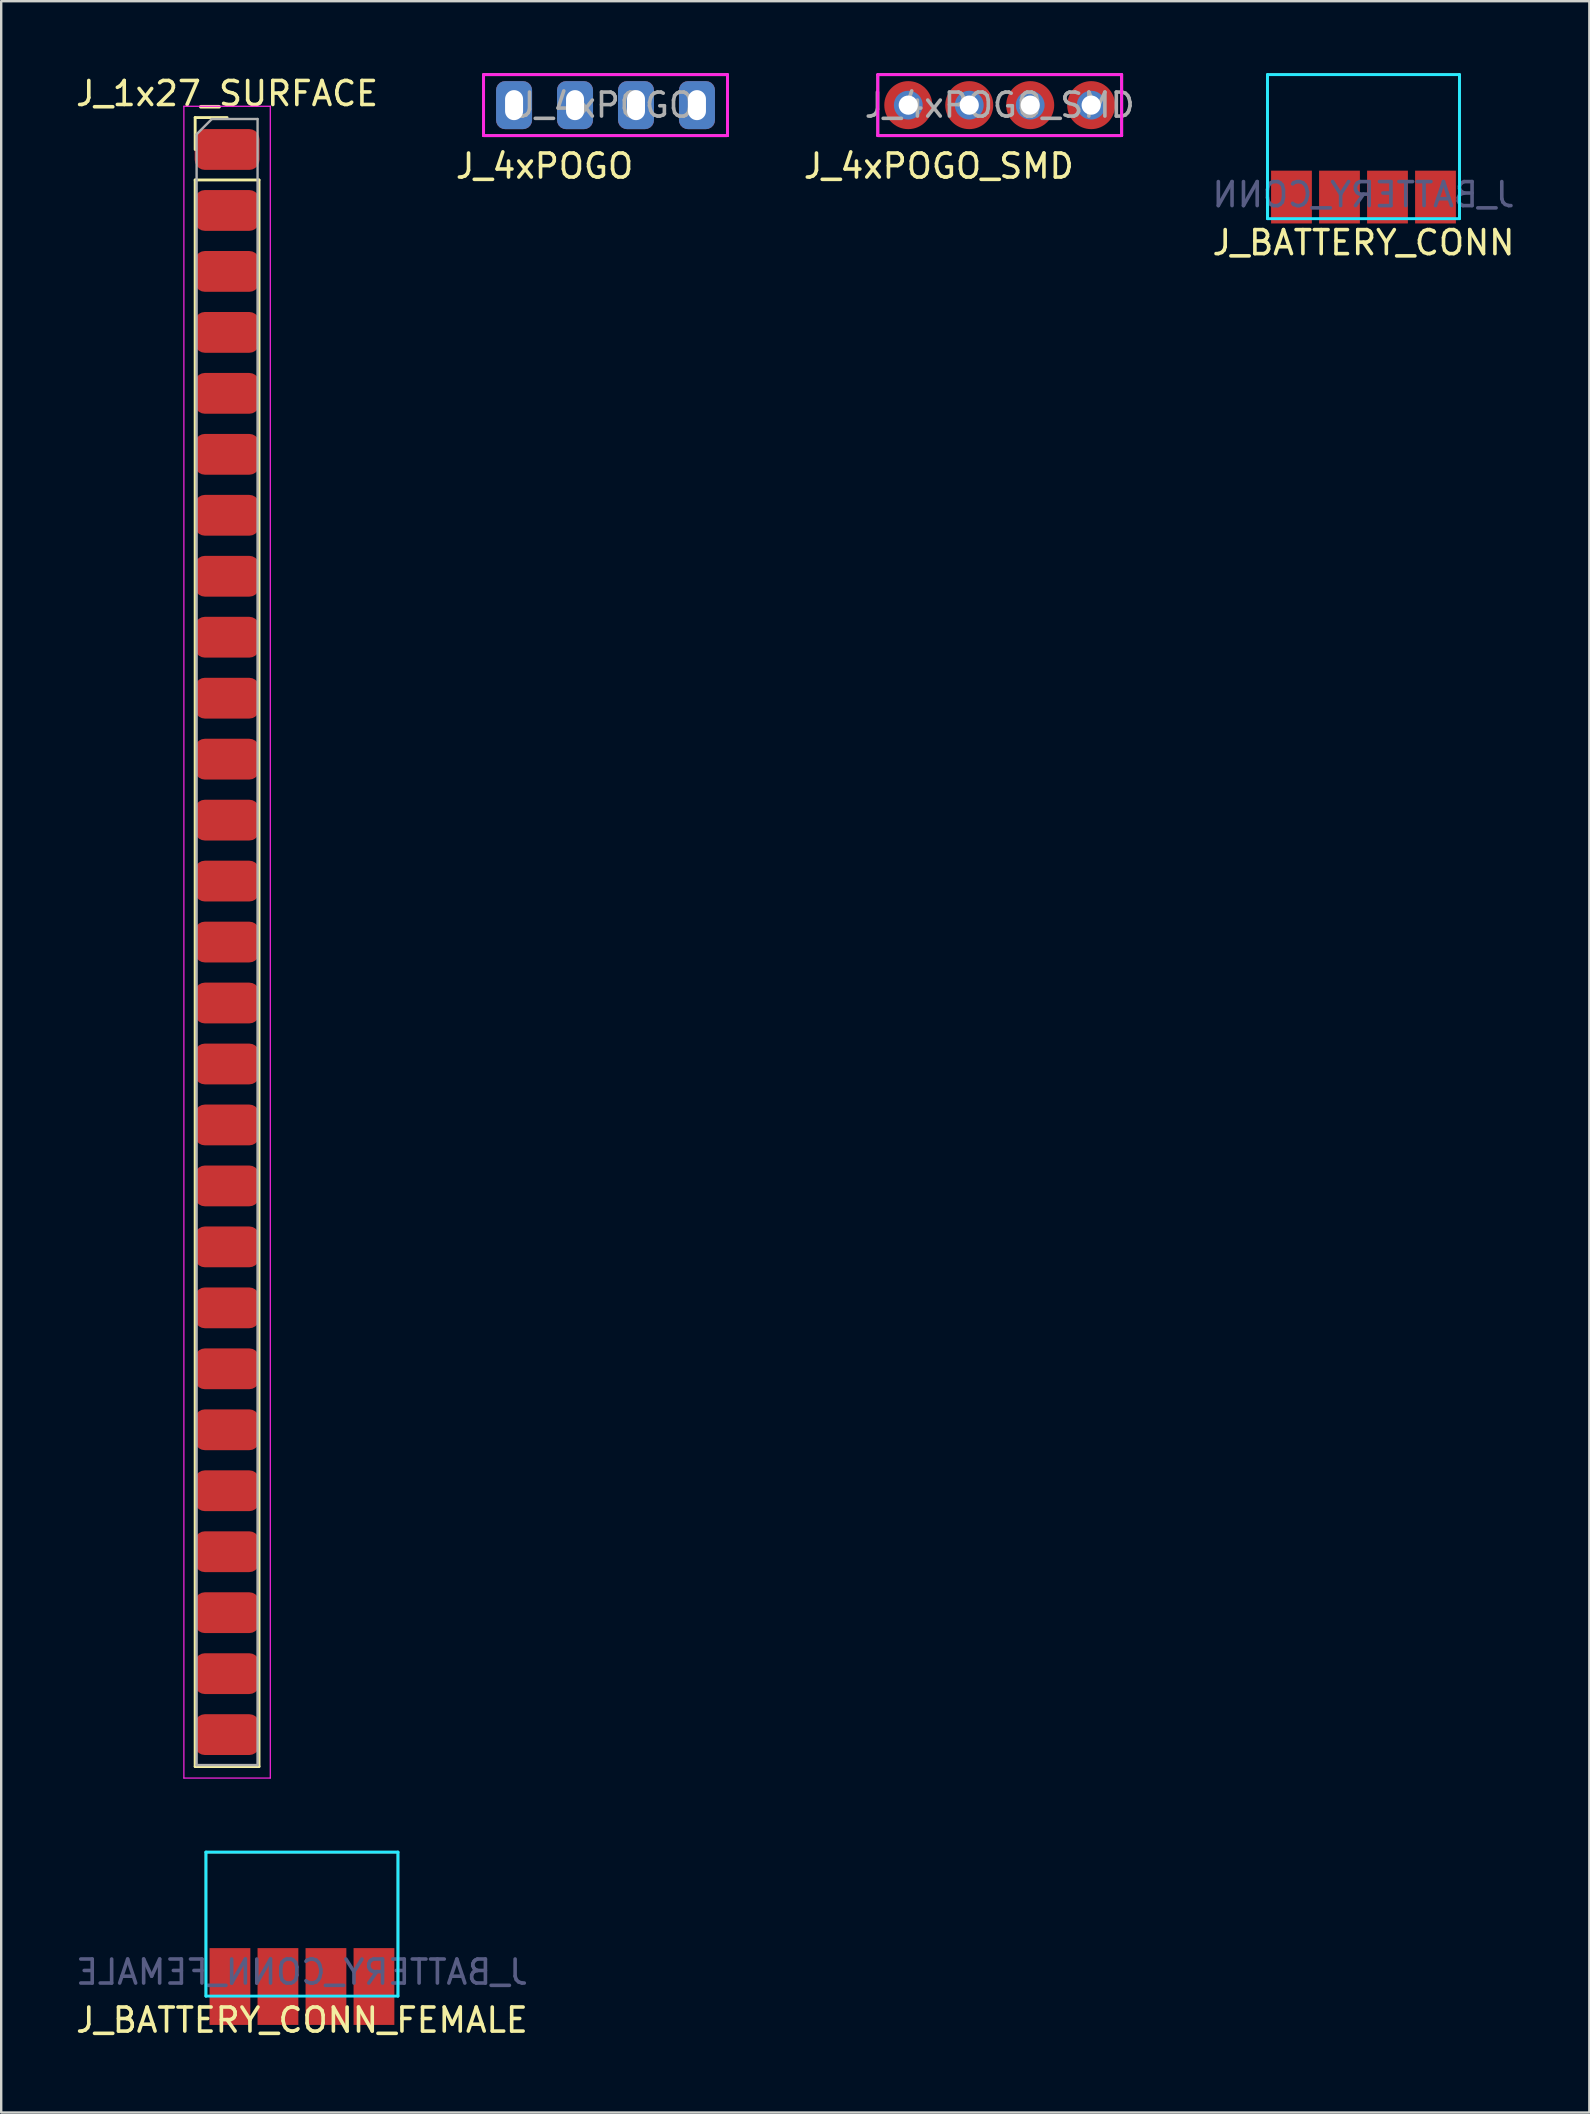
<source format=kicad_pcb>
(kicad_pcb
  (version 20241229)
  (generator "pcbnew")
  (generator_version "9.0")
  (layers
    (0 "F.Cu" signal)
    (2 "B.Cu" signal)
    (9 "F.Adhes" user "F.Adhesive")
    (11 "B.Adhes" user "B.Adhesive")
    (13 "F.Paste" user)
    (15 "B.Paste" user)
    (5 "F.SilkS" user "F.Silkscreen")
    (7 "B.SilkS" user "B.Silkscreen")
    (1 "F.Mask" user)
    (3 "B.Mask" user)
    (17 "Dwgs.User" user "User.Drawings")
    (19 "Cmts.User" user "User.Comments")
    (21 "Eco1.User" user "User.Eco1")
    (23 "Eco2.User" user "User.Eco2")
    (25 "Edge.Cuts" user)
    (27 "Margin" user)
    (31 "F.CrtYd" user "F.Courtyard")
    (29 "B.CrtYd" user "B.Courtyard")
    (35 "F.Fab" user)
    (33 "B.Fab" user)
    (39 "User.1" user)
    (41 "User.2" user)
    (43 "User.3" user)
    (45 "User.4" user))
  (footprint "J_4xPOGO"
    (layer "F.Cu")
    (at 22.177 1.33)
    (property "Reference" "J_4xPOGO" (at -2.54 2.54 180) (layer "F.SilkS") (effects (font (size 1 1) (thickness 0.15))))
    (attr through_hole)
    (fp_line (start -5.08 -1.27) (end 5.08 -1.27) (stroke (width 0.12) (type solid)) (layer "F.CrtYd"))
    (fp_line (start -5.08 1.27) (end -5.08 -1.27) (stroke (width 0.12) (type solid)) (layer "F.CrtYd"))
    (fp_line (start 5.08 -1.27) (end 5.08 1.27) (stroke (width 0.12) (type solid)) (layer "F.CrtYd"))
    (fp_line (start 5.08 1.27) (end -5.08 1.27) (stroke (width 0.12) (type solid)) (layer "F.CrtYd"))
    (fp_line (start -5.08 -1.27) (end 5.08 -1.27) (stroke (width 0.12) (type solid)) (layer "F.Fab"))
    (fp_line (start -5.08 1.27) (end -5.08 -1.27) (stroke (width 0.12) (type solid)) (layer "F.Fab"))
    (fp_line (start 5.08 -1.27) (end 5.08 1.27) (stroke (width 0.12) (type solid)) (layer "F.Fab"))
    (fp_line (start 5.08 1.27) (end -5.08 1.27) (stroke (width 0.12) (type solid)) (layer "F.Fab"))
    (fp_text user "${REFERENCE}" (at 0 0 180) (layer "F.Fab") (effects (font (size 1 1) (thickness 0.15))))
    (pad "1" thru_hole roundrect (at -3.81 0 90) (size 2 1.5) (drill oval 1.25 0.75) (layers "*.Cu" "*.Mask") (roundrect_rratio 0.25))
    (pad "2" thru_hole roundrect (at -1.27 0 90) (size 2 1.5) (drill oval 1.25 0.75) (layers "*.Cu" "*.Mask") (roundrect_rratio 0.25))
    (pad "3" thru_hole roundrect (at 1.27 0 90) (size 2 1.5) (drill oval 1.25 0.75) (layers "*.Cu" "*.Mask") (roundrect_rratio 0.25))
    (pad "4" thru_hole roundrect (at 3.81 0 90) (size 2 1.5) (drill oval 1.25 0.75) (layers "*.Cu" "*.Mask") (roundrect_rratio 0.25)))
  (footprint "J_BATTERY_CONN_FEMALE"
    (layer "F.Cu")
    (at 9.53 79.113)
    (property "Reference" "J_BATTERY_CONN_FEMALE" (at 0 2 0) (layer "F.SilkS") (effects (font (size 1 1) (thickness 0.15))))
    (attr smd)
    (fp_line (start -4 -5) (end -4 1) (stroke (width 0.1) (type solid)) (layer "F.SilkS"))
    (fp_line (start 4 -5) (end -4 -5) (stroke (width 0.1) (type solid)) (layer "F.SilkS"))
    (fp_line (start 4 1) (end 4 -5) (stroke (width 0.1) (type solid)) (layer "F.SilkS"))
    (fp_line (start -4 -5) (end 4 -5) (stroke (width 0.12) (type solid)) (layer "B.CrtYd"))
    (fp_line (start -4 1) (end -4 -5) (stroke (width 0.12) (type solid)) (layer "B.CrtYd"))
    (fp_line (start 4 -5) (end 4 1) (stroke (width 0.12) (type solid)) (layer "B.CrtYd"))
    (fp_line (start 4 1) (end -4 1) (stroke (width 0.12) (type solid)) (layer "B.CrtYd"))
    (fp_text user "${REFERENCE}" (at 0 0 0) (layer "B.Fab") (effects (font (size 1 1) (thickness 0.15)) (justify mirror)))
    (pad "1" smd rect (at 3 0.6) (size 1.7 3.2) (layers "F.Cu" "F.Mask" "F.Paste"))
    (pad "2" smd rect (at 1 0.6) (size 1.7 3.2) (layers "F.Cu" "F.Mask" "F.Paste"))
    (pad "3" smd rect (at -1 0.6) (size 1.7 3.2) (layers "F.Cu" "F.Mask" "F.Paste"))
    (pad "4" smd rect (at -3 0.6) (size 1.7 3.2) (layers "F.Cu" "F.Mask" "F.Paste")))
  (footprint "J_4xPOGO_SMD"
    (layer "F.Cu")
    (at 38.601 1.33)
    (property "Reference" "J_4xPOGO_SMD" (at -2.54 2.54 180) (layer "F.SilkS") (effects (font (size 1 1) (thickness 0.15))))
    (attr smd)
    (fp_line (start -5.08 -1.27) (end 5.08 -1.27) (stroke (width 0.12) (type solid)) (layer "F.CrtYd"))
    (fp_line (start -5.08 1.27) (end -5.08 -1.27) (stroke (width 0.12) (type solid)) (layer "F.CrtYd"))
    (fp_line (start 5.08 -1.27) (end 5.08 1.27) (stroke (width 0.12) (type solid)) (layer "F.CrtYd"))
    (fp_line (start 5.08 1.27) (end -5.08 1.27) (stroke (width 0.12) (type solid)) (layer "F.CrtYd"))
    (fp_line (start -5.08 -1.27) (end 5.08 -1.27) (stroke (width 0.12) (type solid)) (layer "F.Fab"))
    (fp_line (start -5.08 1.27) (end -5.08 -1.27) (stroke (width 0.12) (type solid)) (layer "F.Fab"))
    (fp_line (start 5.08 -1.27) (end 5.08 1.27) (stroke (width 0.12) (type solid)) (layer "F.Fab"))
    (fp_line (start 5.08 1.27) (end -5.08 1.27) (stroke (width 0.12) (type solid)) (layer "F.Fab"))
    (fp_text user "${REFERENCE}" (at 0 0 180) (layer "F.Fab") (effects (font (size 1 1) (thickness 0.15))))
    (pad "1" thru_hole circle (at -3.81 0 90) (size 1.2 1.2) (drill 0.8) (layers "*.Cu" "*.Mask"))
    (pad "1" smd circle (at -3.81 0 90) (size 2 2) (layers "F.Cu" "F.Mask" "F.Paste"))
    (pad "2" thru_hole circle (at -1.27 0 90) (size 1.2 1.2) (drill 0.8) (layers "*.Cu" "*.Mask"))
    (pad "2" smd circle (at -1.27 0 90) (size 2 2) (layers "F.Cu" "F.Mask" "F.Paste"))
    (pad "3" thru_hole circle (at 1.27 0 90) (size 1.2 1.2) (drill 0.8) (layers "*.Cu" "*.Mask"))
    (pad "3" smd circle (at 1.27 0 90) (size 2 2) (layers "F.Cu" "F.Mask" "F.Paste"))
    (pad "4" thru_hole circle (at 3.81 0 90) (size 1.2 1.2) (drill 0.8) (layers "*.Cu" "*.Mask"))
    (pad "4" smd circle (at 3.81 0 90) (size 2 2) (layers "F.Cu" "F.Mask" "F.Paste")))
  (footprint "J_1x27_SURFACE"
    (layer "F.Cu")
    (at 6.411 3.178)
    (property "Reference" "J_1x27_SURFACE" (at 0 -2.33 0) (layer "F.SilkS") (effects (font (size 1 1) (thickness 0.15))))
    (attr through_hole)
    (fp_line (start -1.33 -1.33) (end 0 -1.33) (stroke (width 0.12) (type solid)) (layer "F.SilkS"))
    (fp_line (start -1.33 0) (end -1.33 -1.33) (stroke (width 0.12) (type solid)) (layer "F.SilkS"))
    (fp_line (start -1.33 1.27) (end -1.33 67.37) (stroke (width 0.12) (type solid)) (layer "F.SilkS"))
    (fp_line (start -1.33 1.27) (end 1.33 1.27) (stroke (width 0.12) (type solid)) (layer "F.SilkS"))
    (fp_line (start -1.33 67.37) (end 1.33 67.37) (stroke (width 0.12) (type solid)) (layer "F.SilkS"))
    (fp_line (start 1.33 1.27) (end 1.33 67.37) (stroke (width 0.12) (type solid)) (layer "F.SilkS"))
    (fp_line (start -1.8 -1.8) (end -1.8 67.85) (stroke (width 0.05) (type solid)) (layer "F.CrtYd"))
    (fp_line (start -1.8 67.85) (end 1.8 67.85) (stroke (width 0.05) (type solid)) (layer "F.CrtYd"))
    (fp_line (start 1.8 -1.8) (end -1.8 -1.8) (stroke (width 0.05) (type solid)) (layer "F.CrtYd"))
    (fp_line (start 1.8 67.85) (end 1.8 -1.8) (stroke (width 0.05) (type solid)) (layer "F.CrtYd"))
    (fp_line (start -1.27 -0.635) (end -0.635 -1.27) (stroke (width 0.1) (type solid)) (layer "F.Fab"))
    (fp_line (start -1.27 67.31) (end -1.27 -0.635) (stroke (width 0.1) (type solid)) (layer "F.Fab"))
    (fp_line (start -0.635 -1.27) (end 1.27 -1.27) (stroke (width 0.1) (type solid)) (layer "F.Fab"))
    (fp_line (start 1.27 -1.27) (end 1.27 67.31) (stroke (width 0.1) (type solid)) (layer "F.Fab"))
    (fp_line (start 1.27 67.31) (end -1.27 67.31) (stroke (width 0.1) (type solid)) (layer "F.Fab"))
    (pad "1" smd roundrect (at 0 0) (size 2.7 1.7) (layers "F.Cu" "F.Mask" "F.Paste") (roundrect_rratio 0.25))
    (pad "2" smd roundrect (at 0 2.54) (size 2.7 1.7) (layers "F.Cu" "F.Mask" "F.Paste") (roundrect_rratio 0.25))
    (pad "3" smd roundrect (at 0 5.08) (size 2.7 1.7) (layers "F.Cu" "F.Mask" "F.Paste") (roundrect_rratio 0.25))
    (pad "4" smd roundrect (at 0 7.62) (size 2.7 1.7) (layers "F.Cu" "F.Mask" "F.Paste") (roundrect_rratio 0.25))
    (pad "5" smd roundrect (at 0 10.16) (size 2.7 1.7) (layers "F.Cu" "F.Mask" "F.Paste") (roundrect_rratio 0.25))
    (pad "6" smd roundrect (at 0 12.7) (size 2.7 1.7) (layers "F.Cu" "F.Mask" "F.Paste") (roundrect_rratio 0.25))
    (pad "7" smd roundrect (at 0 15.24) (size 2.7 1.7) (layers "F.Cu" "F.Mask" "F.Paste") (roundrect_rratio 0.25))
    (pad "8" smd roundrect (at 0 17.78) (size 2.7 1.7) (layers "F.Cu" "F.Mask" "F.Paste") (roundrect_rratio 0.25))
    (pad "9" smd roundrect (at 0 20.32) (size 2.7 1.7) (layers "F.Cu" "F.Mask" "F.Paste") (roundrect_rratio 0.25))
    (pad "10" smd roundrect (at 0 22.86) (size 2.7 1.7) (layers "F.Cu" "F.Mask" "F.Paste") (roundrect_rratio 0.25))
    (pad "11" smd roundrect (at 0 25.4) (size 2.7 1.7) (layers "F.Cu" "F.Mask" "F.Paste") (roundrect_rratio 0.25))
    (pad "12" smd roundrect (at 0 27.94) (size 2.7 1.7) (layers "F.Cu" "F.Mask" "F.Paste") (roundrect_rratio 0.25))
    (pad "13" smd roundrect (at 0 30.48) (size 2.7 1.7) (layers "F.Cu" "F.Mask" "F.Paste") (roundrect_rratio 0.25))
    (pad "14" smd roundrect (at 0 33.02) (size 2.7 1.7) (layers "F.Cu" "F.Mask" "F.Paste") (roundrect_rratio 0.25))
    (pad "15" smd roundrect (at 0 35.56) (size 2.7 1.7) (layers "F.Cu" "F.Mask" "F.Paste") (roundrect_rratio 0.25))
    (pad "16" smd roundrect (at 0 38.1) (size 2.7 1.7) (layers "F.Cu" "F.Mask" "F.Paste") (roundrect_rratio 0.25))
    (pad "17" smd roundrect (at 0 40.64) (size 2.7 1.7) (layers "F.Cu" "F.Mask" "F.Paste") (roundrect_rratio 0.25))
    (pad "18" smd roundrect (at 0 43.18) (size 2.7 1.7) (layers "F.Cu" "F.Mask" "F.Paste") (roundrect_rratio 0.25))
    (pad "19" smd roundrect (at 0 45.72) (size 2.7 1.7) (layers "F.Cu" "F.Mask" "F.Paste") (roundrect_rratio 0.25))
    (pad "20" smd roundrect (at 0 48.26) (size 2.7 1.7) (layers "F.Cu" "F.Mask" "F.Paste") (roundrect_rratio 0.25))
    (pad "21" smd roundrect (at 0 50.8) (size 2.7 1.7) (layers "F.Cu" "F.Mask" "F.Paste") (roundrect_rratio 0.25))
    (pad "22" smd roundrect (at 0 53.34) (size 2.7 1.7) (layers "F.Cu" "F.Mask" "F.Paste") (roundrect_rratio 0.25))
    (pad "23" smd roundrect (at 0 55.88) (size 2.7 1.7) (layers "F.Cu" "F.Mask" "F.Paste") (roundrect_rratio 0.25))
    (pad "24" smd roundrect (at 0 58.42) (size 2.7 1.7) (layers "F.Cu" "F.Mask" "F.Paste") (roundrect_rratio 0.25))
    (pad "25" smd roundrect (at 0 60.96) (size 2.7 1.7) (layers "F.Cu" "F.Mask" "F.Paste") (roundrect_rratio 0.25))
    (pad "26" smd roundrect (at 0 63.5) (size 2.7 1.7) (layers "F.Cu" "F.Mask" "F.Paste") (roundrect_rratio 0.25))
    (pad "27" smd roundrect (at 0 66.04) (size 2.7 1.7) (layers "F.Cu" "F.Mask" "F.Paste") (roundrect_rratio 0.25)))
  (footprint "J_BATTERY_CONN"
    (layer "F.Cu")
    (at 53.756 5.06)
    (property "Reference" "J_BATTERY_CONN" (at 0 2 0) (layer "F.SilkS") (effects (font (size 1 1) (thickness 0.15))))
    (attr smd)
    (fp_line (start -4 -5) (end -4 1) (stroke (width 0.1) (type solid)) (layer "F.SilkS"))
    (fp_line (start 4 -5) (end -4 -5) (stroke (width 0.1) (type solid)) (layer "F.SilkS"))
    (fp_line (start 4 1) (end 4 -5) (stroke (width 0.1) (type solid)) (layer "F.SilkS"))
    (fp_line (start -4 -5) (end 4 -5) (stroke (width 0.12) (type solid)) (layer "B.CrtYd"))
    (fp_line (start -4 1) (end -4 -5) (stroke (width 0.12) (type solid)) (layer "B.CrtYd"))
    (fp_line (start 4 -5) (end 4 1) (stroke (width 0.12) (type solid)) (layer "B.CrtYd"))
    (fp_line (start 4 1) (end -4 1) (stroke (width 0.12) (type solid)) (layer "B.CrtYd"))
    (fp_text user "${REFERENCE}" (at 0 0 0) (layer "B.Fab") (effects (font (size 1 1) (thickness 0.15)) (justify mirror)))
    (pad "1" smd rect (at -3 0.1) (size 1.7 2.2) (layers "F.Cu" "F.Mask" "F.Paste"))
    (pad "4" smd rect (at -1 0.1) (size 1.7 2.2) (layers "F.Cu" "F.Mask" "F.Paste"))
    (pad "5" smd rect (at 1 0.1) (size 1.7 2.2) (layers "F.Cu" "F.Mask" "F.Paste"))
    (pad "8" smd rect (at 3 0.1) (size 1.7 2.2) (layers "F.Cu" "F.Mask" "F.Paste")))
  (gr_rect
    (start -3 -3)
    (end 63.166 84.962)
    (stroke (width 0.1) (type default))
    (fill no)
    (layer "Edge.Cuts")))
</source>
